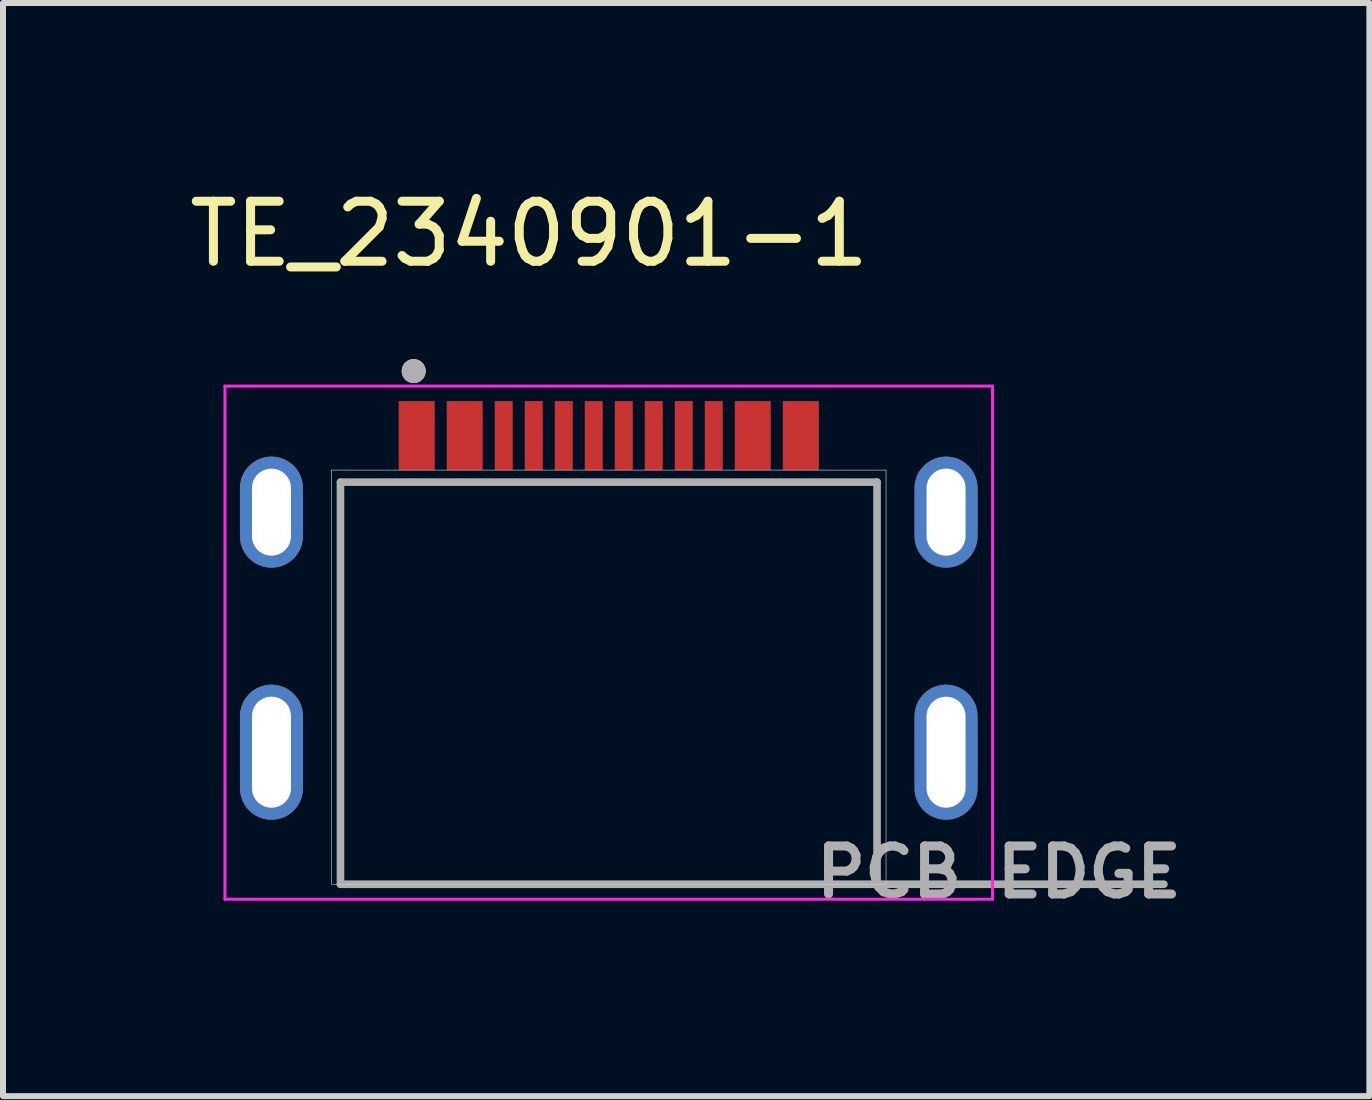
<source format=kicad_pcb>
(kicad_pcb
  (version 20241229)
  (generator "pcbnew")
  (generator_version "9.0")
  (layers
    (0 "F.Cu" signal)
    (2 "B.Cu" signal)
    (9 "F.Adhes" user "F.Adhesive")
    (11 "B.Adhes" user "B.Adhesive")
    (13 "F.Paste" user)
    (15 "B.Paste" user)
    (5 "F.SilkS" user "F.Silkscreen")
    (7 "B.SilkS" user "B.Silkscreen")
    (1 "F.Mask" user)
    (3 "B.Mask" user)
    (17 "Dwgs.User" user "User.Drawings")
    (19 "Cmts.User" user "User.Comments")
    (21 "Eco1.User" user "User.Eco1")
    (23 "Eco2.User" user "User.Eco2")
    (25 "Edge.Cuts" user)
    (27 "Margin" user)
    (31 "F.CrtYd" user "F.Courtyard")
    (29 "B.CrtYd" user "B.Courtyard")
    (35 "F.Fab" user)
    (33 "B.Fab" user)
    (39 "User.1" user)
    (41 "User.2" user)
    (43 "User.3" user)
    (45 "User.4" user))
  (footprint "TE_2340901-1"
    (layer "F.Cu")
    (at 7.093 9.483)
    (property "Reference" "TE_2340901-1" (at -1.325 -8.635 0) (layer "F.SilkS") (effects (font (size 1 1) (thickness 0.15))))
    (attr smd)
    (fp_circle (center -3.25 -6.35) (end -3.15 -6.35) (stroke (width 0.2) (type solid)) (fill no) (layer "F.SilkS"))
    (fp_line (start -4.62 -4.7) (end 4.62 -4.7) (stroke (width 0.01) (type solid)) (layer "Edge.Cuts"))
    (fp_line (start -4.62 2.2) (end -4.62 -4.7) (stroke (width 0.01) (type solid)) (layer "Edge.Cuts"))
    (fp_line (start 4.62 -4.7) (end 4.62 2.2) (stroke (width 0.01) (type solid)) (layer "Edge.Cuts"))
    (fp_line (start 4.62 2.2) (end -4.62 2.2) (stroke (width 0.01) (type solid)) (layer "Edge.Cuts"))
    (fp_line (start -6.395 -6.1) (end 6.395 -6.1) (stroke (width 0.05) (type solid)) (layer "F.CrtYd"))
    (fp_line (start -6.395 2.45) (end -6.395 -6.1) (stroke (width 0.05) (type solid)) (layer "F.CrtYd"))
    (fp_line (start 6.395 -6.1) (end 6.395 2.45) (stroke (width 0.05) (type solid)) (layer "F.CrtYd"))
    (fp_line (start 6.395 2.45) (end -6.395 2.45) (stroke (width 0.05) (type solid)) (layer "F.CrtYd"))
    (fp_line (start -4.47 -4.5) (end 4.47 -4.5) (stroke (width 0.127) (type solid)) (layer "F.Fab"))
    (fp_line (start -4.47 2.2) (end -4.47 -4.5) (stroke (width 0.127) (type solid)) (layer "F.Fab"))
    (fp_line (start 4.47 -4.5) (end 4.47 2.2) (stroke (width 0.127) (type solid)) (layer "F.Fab"))
    (fp_line (start 4.47 2.2) (end -4.47 2.2) (stroke (width 0.127) (type solid)) (layer "F.Fab"))
    (fp_line (start 4.47 2.2) (end 9.25 2.2) (stroke (width 0.127) (type solid)) (layer "F.Fab"))
    (fp_circle (center -3.25 -6.35) (end -3.15 -6.35) (stroke (width 0.2) (type solid)) (fill no) (layer "F.Fab"))
    (fp_text user "PCB EDGE" (at 6.5 2 0) (layer "F.Fab") (effects (font (size 0.8 0.8) (thickness 0.15))))
    (pad "A1/B12" smd rect (at -3.2 -5.275) (size 0.6 1.15) (layers "F.Cu" "F.Mask" "F.Paste"))
    (pad "A4/B9" smd rect (at -2.4 -5.275) (size 0.6 1.15) (layers "F.Cu" "F.Mask" "F.Paste"))
    (pad "A5" smd rect (at -1.25 -5.275) (size 0.3 1.15) (layers "F.Cu" "F.Mask" "F.Paste"))
    (pad "A6" smd rect (at -0.25 -5.275) (size 0.3 1.15) (layers "F.Cu" "F.Mask" "F.Paste"))
    (pad "A7" smd rect (at 0.25 -5.275) (size 0.3 1.15) (layers "F.Cu" "F.Mask" "F.Paste"))
    (pad "A8" smd rect (at 1.25 -5.275) (size 0.3 1.15) (layers "F.Cu" "F.Mask" "F.Paste"))
    (pad "B1/A12" smd rect (at 3.2 -5.275) (size 0.6 1.15) (layers "F.Cu" "F.Mask" "F.Paste"))
    (pad "B4/AP" smd rect (at 2.4 -5.275) (size 0.6 1.15) (layers "F.Cu" "F.Mask" "F.Paste"))
    (pad "B5" smd rect (at 1.75 -5.275) (size 0.3 1.15) (layers "F.Cu" "F.Mask" "F.Paste"))
    (pad "B6" smd rect (at 0.75 -5.275) (size 0.3 1.15) (layers "F.Cu" "F.Mask" "F.Paste"))
    (pad "B7" smd rect (at -0.75 -5.275) (size 0.3 1.15) (layers "F.Cu" "F.Mask" "F.Paste"))
    (pad "B8" smd rect (at -1.75 -5.275) (size 0.3 1.15) (layers "F.Cu" "F.Mask" "F.Paste"))
    (pad "SH1" thru_hole oval (at -5.62 -4) (size 1.05 1.85) (drill oval 0.65 1.45) (layers "*.Cu" "*.Mask"))
    (pad "SH2" thru_hole oval (at 5.62 -4) (size 1.05 1.85) (drill oval 0.65 1.45) (layers "*.Cu" "*.Mask"))
    (pad "SH3" thru_hole oval (at -5.62 0) (size 1.05 2.25) (drill oval 0.65 1.85) (layers "*.Cu" "*.Mask"))
    (pad "SH4" thru_hole oval (at 5.62 0) (size 1.05 2.25) (drill oval 0.65 1.85) (layers "*.Cu" "*.Mask")))
  (gr_rect
    (start -3 -3)
    (end 19.766 15.214)
    (stroke (width 0.1) (type default))
    (fill no)
    (layer "Edge.Cuts")))
</source>
